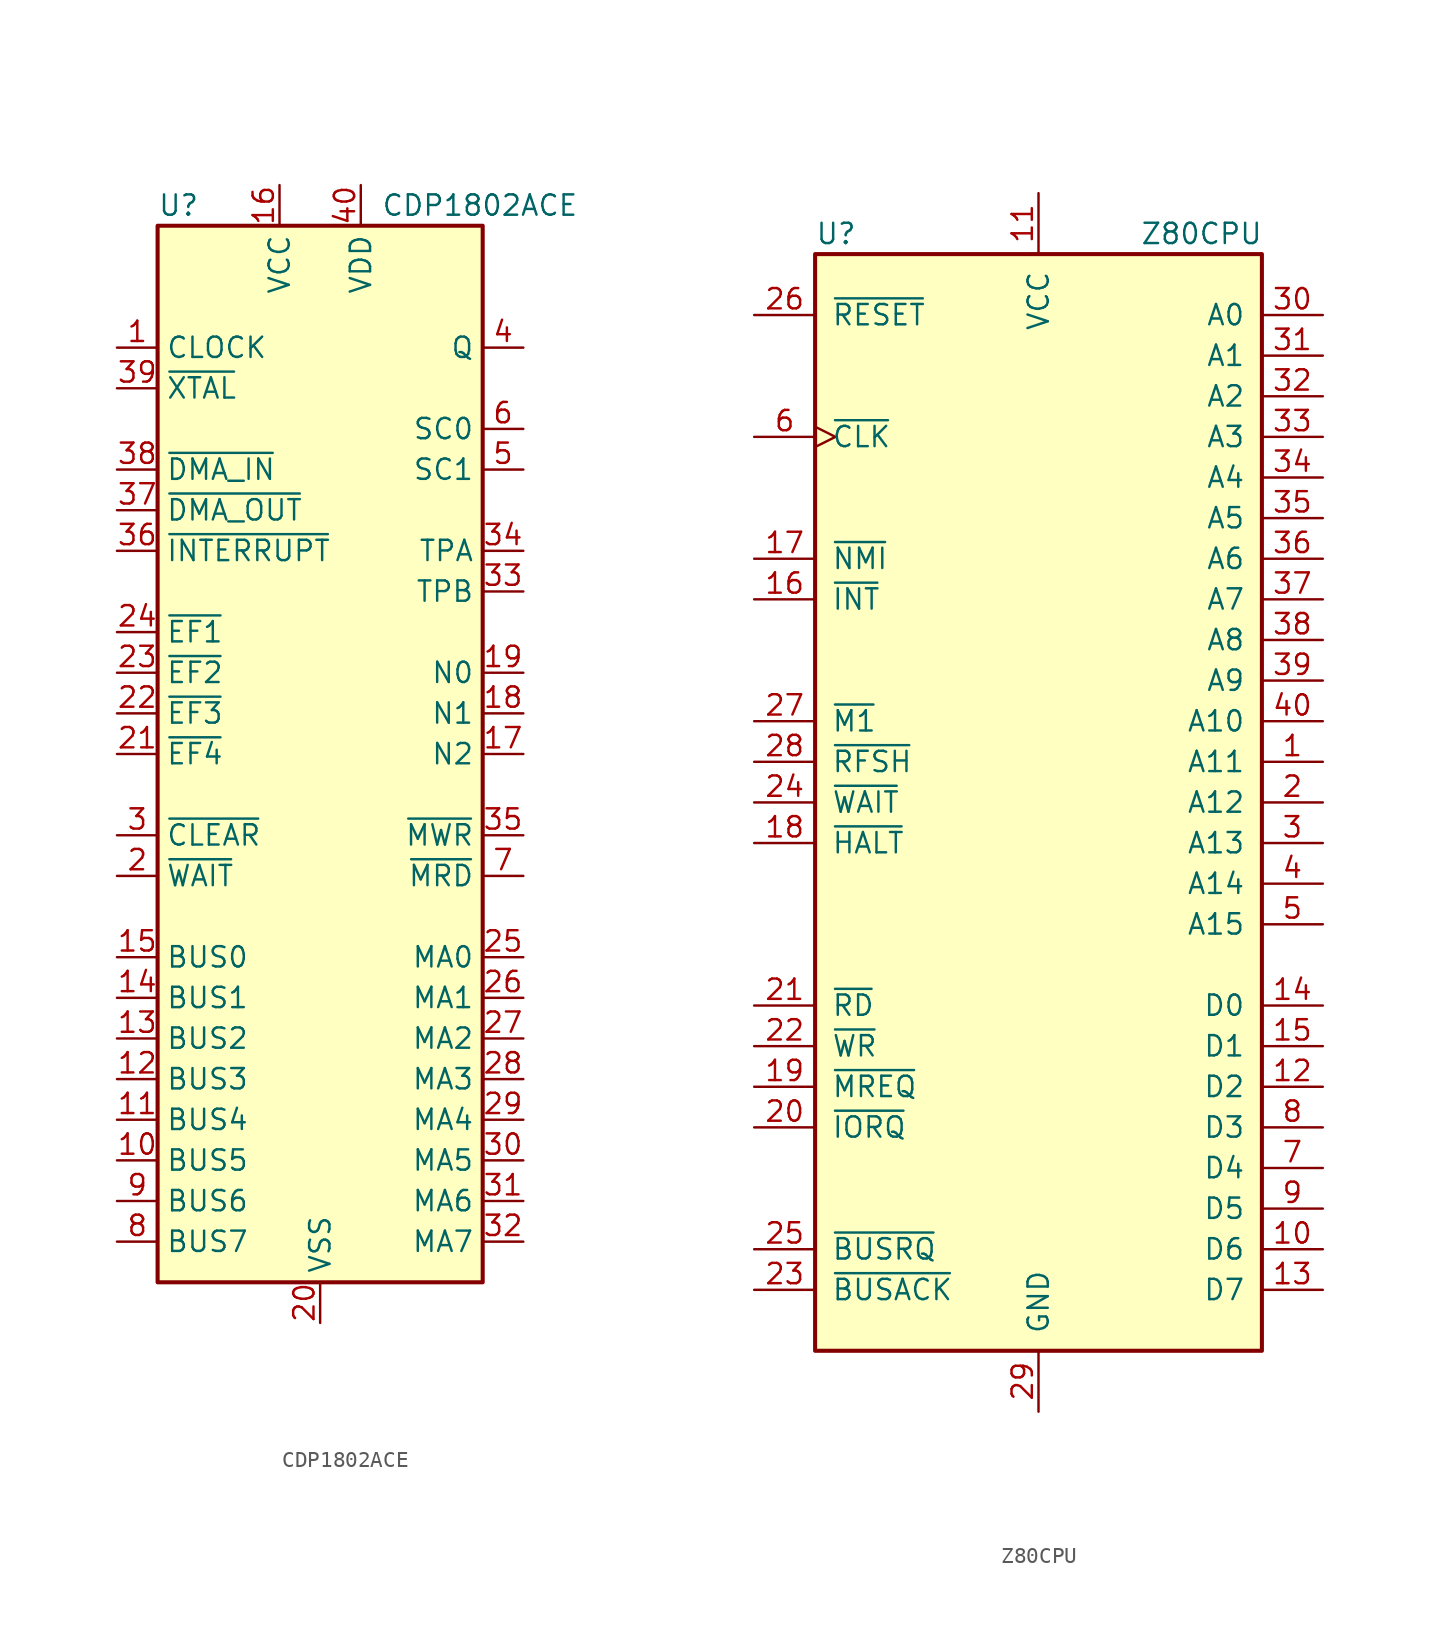
<source format=kicad_sym>
(kicad_symbol_lib
  (version 20201005)
  (generator kicad_symbol_editor)
  (symbol "CDP1802ACE"
    (property "Reference" "U"
      (at -10.16 34.29 0)
      (effects (font (size 1.27 1.27)) (justify left)))
    (property "Value" "CDP1802ACE"
      (at 3.81 34.29 0)
      (effects (font (size 1.27 1.27)) (justify left)))
    (symbol "CDP1802ACE_0_1"
      (rectangle (start -10.16 33.02) (end 10.16 -33.02) (stroke (width 0.254)) (fill (type background))))
    (symbol "CDP1802ACE_1_1"
      (pin input line (at -12.7 25.4 0) (length 2.54) (name "CLOCK" (effects (font (size 1.27 1.27)))) (number "1" (effects (font (size 1.27 1.27)))))
      (pin bidirectional line (at -12.7 -25.4 0) (length 2.54) (name "BUS5" (effects (font (size 1.27 1.27)))) (number "10" (effects (font (size 1.27 1.27)))))
      (pin bidirectional line (at -12.7 -22.86 0) (length 2.54) (name "BUS4" (effects (font (size 1.27 1.27)))) (number "11" (effects (font (size 1.27 1.27)))))
      (pin bidirectional line (at -12.7 -20.32 0) (length 2.54) (name "BUS3" (effects (font (size 1.27 1.27)))) (number "12" (effects (font (size 1.27 1.27)))))
      (pin bidirectional line (at -12.7 -17.78 0) (length 2.54) (name "BUS2" (effects (font (size 1.27 1.27)))) (number "13" (effects (font (size 1.27 1.27)))))
      (pin bidirectional line (at -12.7 -15.24 0) (length 2.54) (name "BUS1" (effects (font (size 1.27 1.27)))) (number "14" (effects (font (size 1.27 1.27)))))
      (pin bidirectional line (at -12.7 -12.7 0) (length 2.54) (name "BUS0" (effects (font (size 1.27 1.27)))) (number "15" (effects (font (size 1.27 1.27)))))
      (pin power_in line (at -2.54 35.56 270) (length 2.54) (name "VCC" (effects (font (size 1.27 1.27)))) (number "16" (effects (font (size 1.27 1.27)))))
      (pin output line (at 12.7 0 180) (length 2.54) (name "N2" (effects (font (size 1.27 1.27)))) (number "17" (effects (font (size 1.27 1.27)))))
      (pin output line (at 12.7 2.54 180) (length 2.54) (name "N1" (effects (font (size 1.27 1.27)))) (number "18" (effects (font (size 1.27 1.27)))))
      (pin output line (at 12.7 5.08 180) (length 2.54) (name "N0" (effects (font (size 1.27 1.27)))) (number "19" (effects (font (size 1.27 1.27)))))
      (pin input line (at -12.7 -7.62 0) (length 2.54) (name "~WAIT" (effects (font (size 1.27 1.27)))) (number "2" (effects (font (size 1.27 1.27)))))
      (pin power_in line (at 0 -35.56 90) (length 2.54) (name "VSS" (effects (font (size 1.27 1.27)))) (number "20" (effects (font (size 1.27 1.27)))))
      (pin input line (at -12.7 0 0) (length 2.54) (name "~EF4" (effects (font (size 1.27 1.27)))) (number "21" (effects (font (size 1.27 1.27)))))
      (pin input line (at -12.7 2.54 0) (length 2.54) (name "~EF3" (effects (font (size 1.27 1.27)))) (number "22" (effects (font (size 1.27 1.27)))))
      (pin input line (at -12.7 5.08 0) (length 2.54) (name "~EF2" (effects (font (size 1.27 1.27)))) (number "23" (effects (font (size 1.27 1.27)))))
      (pin input line (at -12.7 7.62 0) (length 2.54) (name "~EF1" (effects (font (size 1.27 1.27)))) (number "24" (effects (font (size 1.27 1.27)))))
      (pin output line (at 12.7 -12.7 180) (length 2.54) (name "MA0" (effects (font (size 1.27 1.27)))) (number "25" (effects (font (size 1.27 1.27)))))
      (pin output line (at 12.7 -15.24 180) (length 2.54) (name "MA1" (effects (font (size 1.27 1.27)))) (number "26" (effects (font (size 1.27 1.27)))))
      (pin output line (at 12.7 -17.78 180) (length 2.54) (name "MA2" (effects (font (size 1.27 1.27)))) (number "27" (effects (font (size 1.27 1.27)))))
      (pin output line (at 12.7 -20.32 180) (length 2.54) (name "MA3" (effects (font (size 1.27 1.27)))) (number "28" (effects (font (size 1.27 1.27)))))
      (pin output line (at 12.7 -22.86 180) (length 2.54) (name "MA4" (effects (font (size 1.27 1.27)))) (number "29" (effects (font (size 1.27 1.27)))))
      (pin input line (at -12.7 -5.08 0) (length 2.54) (name "~CLEAR" (effects (font (size 1.27 1.27)))) (number "3" (effects (font (size 1.27 1.27)))))
      (pin output line (at 12.7 -25.4 180) (length 2.54) (name "MA5" (effects (font (size 1.27 1.27)))) (number "30" (effects (font (size 1.27 1.27)))))
      (pin output line (at 12.7 -27.94 180) (length 2.54) (name "MA6" (effects (font (size 1.27 1.27)))) (number "31" (effects (font (size 1.27 1.27)))))
      (pin output line (at 12.7 -30.48 180) (length 2.54) (name "MA7" (effects (font (size 1.27 1.27)))) (number "32" (effects (font (size 1.27 1.27)))))
      (pin output line (at 12.7 10.16 180) (length 2.54) (name "TPB" (effects (font (size 1.27 1.27)))) (number "33" (effects (font (size 1.27 1.27)))))
      (pin output line (at 12.7 12.7 180) (length 2.54) (name "TPA" (effects (font (size 1.27 1.27)))) (number "34" (effects (font (size 1.27 1.27)))))
      (pin output line (at 12.7 -5.08 180) (length 2.54) (name "~MWR" (effects (font (size 1.27 1.27)))) (number "35" (effects (font (size 1.27 1.27)))))
      (pin input line (at -12.7 12.7 0) (length 2.54) (name "~INTERRUPT" (effects (font (size 1.27 1.27)))) (number "36" (effects (font (size 1.27 1.27)))))
      (pin input line (at -12.7 15.24 0) (length 2.54) (name "~DMA_OUT" (effects (font (size 1.27 1.27)))) (number "37" (effects (font (size 1.27 1.27)))))
      (pin input line (at -12.7 17.78 0) (length 2.54) (name "~DMA_IN" (effects (font (size 1.27 1.27)))) (number "38" (effects (font (size 1.27 1.27)))))
      (pin output line (at -12.7 22.86 0) (length 2.54) (name "~XTAL" (effects (font (size 1.27 1.27)))) (number "39" (effects (font (size 1.27 1.27)))))
      (pin output line (at 12.7 25.4 180) (length 2.54) (name "Q" (effects (font (size 1.27 1.27)))) (number "4" (effects (font (size 1.27 1.27)))))
      (pin power_in line (at 2.54 35.56 270) (length 2.54) (name "VDD" (effects (font (size 1.27 1.27)))) (number "40" (effects (font (size 1.27 1.27)))))
      (pin output line (at 12.7 17.78 180) (length 2.54) (name "SC1" (effects (font (size 1.27 1.27)))) (number "5" (effects (font (size 1.27 1.27)))))
      (pin output line (at 12.7 20.32 180) (length 2.54) (name "SC0" (effects (font (size 1.27 1.27)))) (number "6" (effects (font (size 1.27 1.27)))))
      (pin output line (at 12.7 -7.62 180) (length 2.54) (name "~MRD" (effects (font (size 1.27 1.27)))) (number "7" (effects (font (size 1.27 1.27)))))
      (pin bidirectional line (at -12.7 -30.48 0) (length 2.54) (name "BUS7" (effects (font (size 1.27 1.27)))) (number "8" (effects (font (size 1.27 1.27)))))
      (pin bidirectional line (at -12.7 -27.94 0) (length 2.54) (name "BUS6" (effects (font (size 1.27 1.27)))) (number "9" (effects (font (size 1.27 1.27)))))))
  (symbol "Z80CPU"
    (pin_names
      (offset 1.016))
    (property "Reference" "U"
      (at -13.97 35.56 0)
      (effects (font (size 1.27 1.27)) (justify left)))
    (property "Value" "Z80CPU"
      (at 6.35 35.56 0)
      (effects (font (size 1.27 1.27)) (justify left)))
    (symbol "Z80CPU_0_1"
      (rectangle (start -13.97 34.29) (end 13.97 -34.29) (stroke (width 0.254)) (fill (type background))))
    (symbol "Z80CPU_1_1"
      (pin output line (at 17.78 2.54 180) (length 3.81) (name "A11" (effects (font (size 1.27 1.27)))) (number "1" (effects (font (size 1.27 1.27)))))
      (pin bidirectional line (at 17.78 -27.94 180) (length 3.81) (name "D6" (effects (font (size 1.27 1.27)))) (number "10" (effects (font (size 1.27 1.27)))))
      (pin power_in line (at 0 38.1 270) (length 3.81) (name "VCC" (effects (font (size 1.27 1.27)))) (number "11" (effects (font (size 1.27 1.27)))))
      (pin bidirectional line (at 17.78 -17.78 180) (length 3.81) (name "D2" (effects (font (size 1.27 1.27)))) (number "12" (effects (font (size 1.27 1.27)))))
      (pin bidirectional line (at 17.78 -30.48 180) (length 3.81) (name "D7" (effects (font (size 1.27 1.27)))) (number "13" (effects (font (size 1.27 1.27)))))
      (pin bidirectional line (at 17.78 -12.7 180) (length 3.81) (name "D0" (effects (font (size 1.27 1.27)))) (number "14" (effects (font (size 1.27 1.27)))))
      (pin bidirectional line (at 17.78 -15.24 180) (length 3.81) (name "D1" (effects (font (size 1.27 1.27)))) (number "15" (effects (font (size 1.27 1.27)))))
      (pin input line (at -17.78 12.7 0) (length 3.81) (name "~INT~" (effects (font (size 1.27 1.27)))) (number "16" (effects (font (size 1.27 1.27)))))
      (pin input line (at -17.78 15.24 0) (length 3.81) (name "~NMI~" (effects (font (size 1.27 1.27)))) (number "17" (effects (font (size 1.27 1.27)))))
      (pin output line (at -17.78 -2.54 0) (length 3.81) (name "~HALT~" (effects (font (size 1.27 1.27)))) (number "18" (effects (font (size 1.27 1.27)))))
      (pin output line (at -17.78 -17.78 0) (length 3.81) (name "~MREQ~" (effects (font (size 1.27 1.27)))) (number "19" (effects (font (size 1.27 1.27)))))
      (pin output line (at 17.78 0 180) (length 3.81) (name "A12" (effects (font (size 1.27 1.27)))) (number "2" (effects (font (size 1.27 1.27)))))
      (pin output line (at -17.78 -20.32 0) (length 3.81) (name "~IORQ~" (effects (font (size 1.27 1.27)))) (number "20" (effects (font (size 1.27 1.27)))))
      (pin output line (at -17.78 -12.7 0) (length 3.81) (name "~RD~" (effects (font (size 1.27 1.27)))) (number "21" (effects (font (size 1.27 1.27)))))
      (pin output line (at -17.78 -15.24 0) (length 3.81) (name "~WR~" (effects (font (size 1.27 1.27)))) (number "22" (effects (font (size 1.27 1.27)))))
      (pin output line (at -17.78 -30.48 0) (length 3.81) (name "~BUSACK~" (effects (font (size 1.27 1.27)))) (number "23" (effects (font (size 1.27 1.27)))))
      (pin input line (at -17.78 0 0) (length 3.81) (name "~WAIT~" (effects (font (size 1.27 1.27)))) (number "24" (effects (font (size 1.27 1.27)))))
      (pin input line (at -17.78 -27.94 0) (length 3.81) (name "~BUSRQ~" (effects (font (size 1.27 1.27)))) (number "25" (effects (font (size 1.27 1.27)))))
      (pin input line (at -17.78 30.48 0) (length 3.81) (name "~RESET~" (effects (font (size 1.27 1.27)))) (number "26" (effects (font (size 1.27 1.27)))))
      (pin output line (at -17.78 5.08 0) (length 3.81) (name "~M1~" (effects (font (size 1.27 1.27)))) (number "27" (effects (font (size 1.27 1.27)))))
      (pin output line (at -17.78 2.54 0) (length 3.81) (name "~RFSH~" (effects (font (size 1.27 1.27)))) (number "28" (effects (font (size 1.27 1.27)))))
      (pin power_in line (at 0 -38.1 90) (length 3.81) (name "GND" (effects (font (size 1.27 1.27)))) (number "29" (effects (font (size 1.27 1.27)))))
      (pin output line (at 17.78 -2.54 180) (length 3.81) (name "A13" (effects (font (size 1.27 1.27)))) (number "3" (effects (font (size 1.27 1.27)))))
      (pin output line (at 17.78 30.48 180) (length 3.81) (name "A0" (effects (font (size 1.27 1.27)))) (number "30" (effects (font (size 1.27 1.27)))))
      (pin output line (at 17.78 27.94 180) (length 3.81) (name "A1" (effects (font (size 1.27 1.27)))) (number "31" (effects (font (size 1.27 1.27)))))
      (pin output line (at 17.78 25.4 180) (length 3.81) (name "A2" (effects (font (size 1.27 1.27)))) (number "32" (effects (font (size 1.27 1.27)))))
      (pin output line (at 17.78 22.86 180) (length 3.81) (name "A3" (effects (font (size 1.27 1.27)))) (number "33" (effects (font (size 1.27 1.27)))))
      (pin output line (at 17.78 20.32 180) (length 3.81) (name "A4" (effects (font (size 1.27 1.27)))) (number "34" (effects (font (size 1.27 1.27)))))
      (pin output line (at 17.78 17.78 180) (length 3.81) (name "A5" (effects (font (size 1.27 1.27)))) (number "35" (effects (font (size 1.27 1.27)))))
      (pin output line (at 17.78 15.24 180) (length 3.81) (name "A6" (effects (font (size 1.27 1.27)))) (number "36" (effects (font (size 1.27 1.27)))))
      (pin output line (at 17.78 12.7 180) (length 3.81) (name "A7" (effects (font (size 1.27 1.27)))) (number "37" (effects (font (size 1.27 1.27)))))
      (pin output line (at 17.78 10.16 180) (length 3.81) (name "A8" (effects (font (size 1.27 1.27)))) (number "38" (effects (font (size 1.27 1.27)))))
      (pin output line (at 17.78 7.62 180) (length 3.81) (name "A9" (effects (font (size 1.27 1.27)))) (number "39" (effects (font (size 1.27 1.27)))))
      (pin output line (at 17.78 -5.08 180) (length 3.81) (name "A14" (effects (font (size 1.27 1.27)))) (number "4" (effects (font (size 1.27 1.27)))))
      (pin output line (at 17.78 5.08 180) (length 3.81) (name "A10" (effects (font (size 1.27 1.27)))) (number "40" (effects (font (size 1.27 1.27)))))
      (pin output line (at 17.78 -7.62 180) (length 3.81) (name "A15" (effects (font (size 1.27 1.27)))) (number "5" (effects (font (size 1.27 1.27)))))
      (pin input clock (at -17.78 22.86 0) (length 3.81) (name "~CLK~" (effects (font (size 1.27 1.27)))) (number "6" (effects (font (size 1.27 1.27)))))
      (pin bidirectional line (at 17.78 -22.86 180) (length 3.81) (name "D4" (effects (font (size 1.27 1.27)))) (number "7" (effects (font (size 1.27 1.27)))))
      (pin bidirectional line (at 17.78 -20.32 180) (length 3.81) (name "D3" (effects (font (size 1.27 1.27)))) (number "8" (effects (font (size 1.27 1.27)))))
      (pin bidirectional line (at 17.78 -25.4 180) (length 3.81) (name "D5" (effects (font (size 1.27 1.27)))) (number "9" (effects (font (size 1.27 1.27))))))))
</source>
